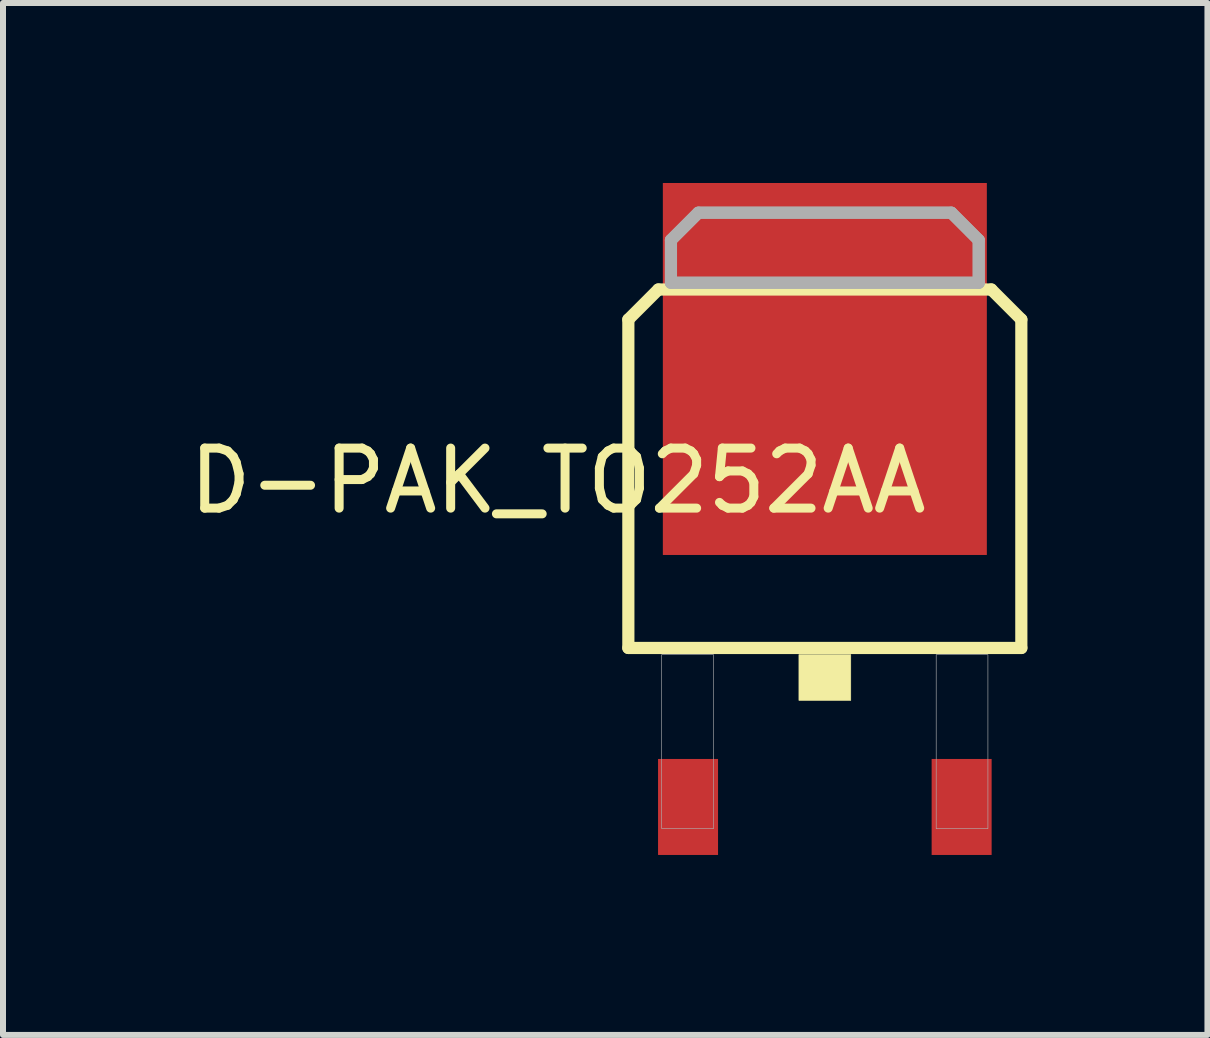
<source format=kicad_pcb>
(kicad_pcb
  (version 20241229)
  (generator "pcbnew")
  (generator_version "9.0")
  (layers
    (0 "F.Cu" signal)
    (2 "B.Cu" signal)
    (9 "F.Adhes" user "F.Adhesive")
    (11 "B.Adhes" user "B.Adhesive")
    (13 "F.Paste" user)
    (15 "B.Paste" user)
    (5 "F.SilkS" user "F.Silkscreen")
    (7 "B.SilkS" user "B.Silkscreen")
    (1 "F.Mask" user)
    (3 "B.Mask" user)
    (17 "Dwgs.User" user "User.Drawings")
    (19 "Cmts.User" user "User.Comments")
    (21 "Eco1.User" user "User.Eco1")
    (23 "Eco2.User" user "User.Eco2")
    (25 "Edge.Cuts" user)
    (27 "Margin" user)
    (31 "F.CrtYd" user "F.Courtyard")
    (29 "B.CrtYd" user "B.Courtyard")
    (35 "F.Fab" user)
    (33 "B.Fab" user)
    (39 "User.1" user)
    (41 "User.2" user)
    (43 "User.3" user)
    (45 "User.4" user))
  (footprint "D-PAK_TO252AA"
    (layer "F.Cu")
    (at 10.698 5.6)
    (property "Reference" "D-PAK_TO252AA" (at -4.449 -0.636 180) (layer "F.SilkS") (effects (font (size 1.001 1.001) (thickness 0.15))))
    (attr smd)
    (fp_line (start -3.275 -3.325) (end -2.775 -3.825) (stroke (width 0.203) (type solid)) (layer "F.SilkS"))
    (fp_line (start -3.275 2.15) (end -3.275 -3.325) (stroke (width 0.203) (type solid)) (layer "F.SilkS"))
    (fp_line (start -2.775 -3.825) (end 2.775 -3.825) (stroke (width 0.203) (type solid)) (layer "F.SilkS"))
    (fp_line (start 2.775 -3.825) (end 3.275 -3.325) (stroke (width 0.203) (type solid)) (layer "F.SilkS"))
    (fp_line (start 3.275 -3.325) (end 3.275 2.15) (stroke (width 0.203) (type solid)) (layer "F.SilkS"))
    (fp_line (start 3.275 2.15) (end -3.275 2.15) (stroke (width 0.203) (type solid)) (layer "F.SilkS"))
    (fp_poly (pts (xy -0.432 2.261) (xy 0.432 2.261) (xy 0.432 3.024) (xy -0.432 3.024)) (stroke (width 0.01) (type solid)) (fill yes) (layer "F.SilkS"))
    (fp_line (start -2.565 -4.648) (end -2.108 -5.105) (stroke (width 0.203) (type solid)) (layer "F.Fab"))
    (fp_line (start -2.565 -3.937) (end -2.565 -4.648) (stroke (width 0.203) (type solid)) (layer "F.Fab"))
    (fp_line (start -2.108 -5.105) (end 2.108 -5.105) (stroke (width 0.203) (type solid)) (layer "F.Fab"))
    (fp_line (start 2.108 -5.105) (end 2.565 -4.648) (stroke (width 0.203) (type solid)) (layer "F.Fab"))
    (fp_line (start 2.565 -4.648) (end 2.565 -3.937) (stroke (width 0.203) (type solid)) (layer "F.Fab"))
    (fp_line (start 2.565 -3.937) (end -2.565 -3.937) (stroke (width 0.203) (type solid)) (layer "F.Fab"))
    (fp_poly (pts (xy -2.72 2.261) (xy -1.854 2.261) (xy -1.854 5.16) (xy -2.72 5.16)) (stroke (width 0.01) (type solid)) (fill no) (layer "F.Fab"))
    (fp_poly (pts (xy 1.856 2.261) (xy 2.718 2.261) (xy 2.718 5.162) (xy 1.856 5.162)) (stroke (width 0.01) (type solid)) (fill no) (layer "F.Fab"))
    (fp_poly (pts (xy -2.565 -3.937) (xy -2.565 -4.648) (xy -2.108 -5.105) (xy 2.108 -5.105) (xy 2.565 -4.648) (xy 2.565 -3.937)) (stroke (width 0.2) (type solid)) (fill no) (layer "F.Fab"))
    (pad "1" smd rect (at -2.28 4.8) (size 1 1.6) (layers "F.Cu" "F.Mask" "F.Paste"))
    (pad "3" smd rect (at 2.28 4.8) (size 1 1.6) (layers "F.Cu" "F.Mask" "F.Paste"))
    (pad "4" smd rect (at 0 -2.5) (size 5.4 6.2) (layers "F.Cu" "F.Mask" "F.Paste")))
  (gr_rect
    (start -3 -3)
    (end 17.075 14.2)
    (stroke (width 0.1) (type default))
    (fill no)
    (layer "Edge.Cuts")))
</source>
